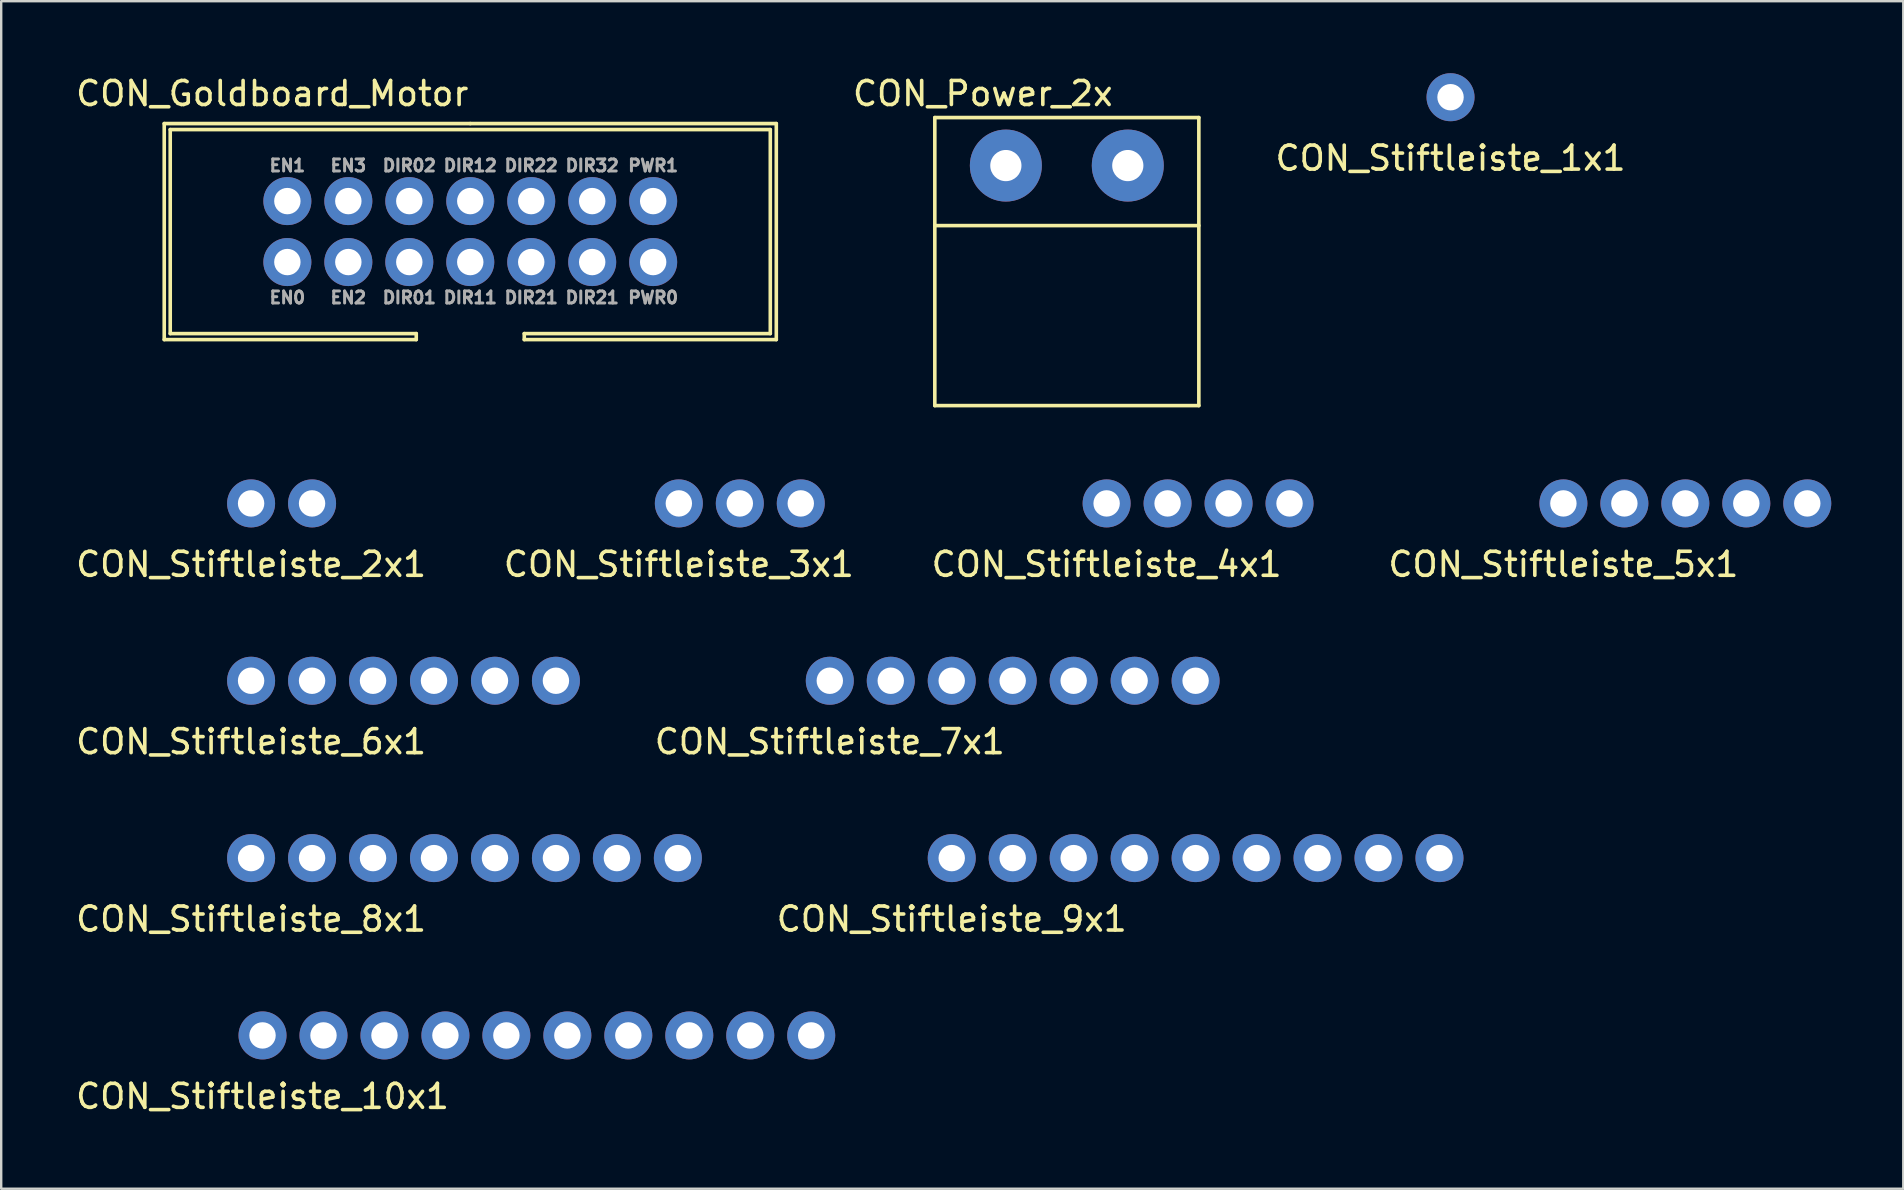
<source format=kicad_pcb>
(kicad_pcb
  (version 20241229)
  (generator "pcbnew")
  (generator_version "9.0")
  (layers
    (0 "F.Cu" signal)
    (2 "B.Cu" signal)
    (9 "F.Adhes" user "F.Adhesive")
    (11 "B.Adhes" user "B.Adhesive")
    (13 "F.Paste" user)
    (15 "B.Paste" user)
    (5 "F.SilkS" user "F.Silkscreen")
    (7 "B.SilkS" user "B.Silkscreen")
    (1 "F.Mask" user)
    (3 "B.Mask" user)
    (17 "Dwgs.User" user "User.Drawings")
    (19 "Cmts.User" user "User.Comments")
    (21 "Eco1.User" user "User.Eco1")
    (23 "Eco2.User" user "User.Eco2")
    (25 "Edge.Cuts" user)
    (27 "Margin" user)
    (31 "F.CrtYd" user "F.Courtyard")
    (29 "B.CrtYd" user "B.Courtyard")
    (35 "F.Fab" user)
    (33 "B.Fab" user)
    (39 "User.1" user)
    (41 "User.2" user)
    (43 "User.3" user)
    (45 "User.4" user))
  (footprint "CON_Stiftleiste_2x1"
    (layer "F.Cu")
    (at 7.411 17.923)
    (property "Reference" "CON_Stiftleiste_2x1" (at 0 2.54 0) (layer "F.SilkS") (effects (font (size 1 1) (thickness 0.15))))
    (attr through_hole)
    (pad "1" thru_hole circle (at 0 0) (size 2 2) (drill 1.1) (layers "*.Cu" "*.Mask"))
    (pad "2" thru_hole circle (at 2.54 0) (size 2 2) (drill 1.1) (layers "*.Cu" "*.Mask")))
  (footprint "CON_Stiftleiste_5x1"
    (layer "F.Cu")
    (at 62.084 17.923)
    (property "Reference" "CON_Stiftleiste_5x1" (at 0 2.54 0) (layer "F.SilkS") (effects (font (size 1 1) (thickness 0.15))))
    (attr through_hole)
    (pad "1" thru_hole circle (at 0 0) (size 2 2) (drill 1.1) (layers "*.Cu" "*.Mask"))
    (pad "2" thru_hole circle (at 2.54 0) (size 2 2) (drill 1.1) (layers "*.Cu" "*.Mask"))
    (pad "3" thru_hole circle (at 5.08 0) (size 2 2) (drill 1.1) (layers "*.Cu" "*.Mask"))
    (pad "4" thru_hole circle (at 7.62 0) (size 2 2) (drill 1.1) (layers "*.Cu" "*.Mask"))
    (pad "5" thru_hole circle (at 10.16 0) (size 2 2) (drill 1.1) (layers "*.Cu" "*.Mask")))
  (footprint "CON_Goldboard_Motor"
    (layer "F.Cu")
    (at 16.542 6.598)
    (property "Reference" "CON_Goldboard_Motor" (at -8.25 -5.75 0) (layer "F.SilkS") (effects (font (size 1 1) (thickness 0.15))))
    (attr through_hole)
    (fp_line (start -12.75 -4.5) (end -12.75 4.5) (stroke (width 0.15) (type solid)) (layer "F.SilkS"))
    (fp_line (start -12.75 4.5) (end -2.25 4.5) (stroke (width 0.15) (type solid)) (layer "F.SilkS"))
    (fp_line (start -12.5 -4.25) (end 12.5 -4.25) (stroke (width 0.15) (type solid)) (layer "F.SilkS"))
    (fp_line (start -12.5 4.25) (end -12.5 -4.25) (stroke (width 0.15) (type solid)) (layer "F.SilkS"))
    (fp_line (start -2.25 4.25) (end -12.5 4.25) (stroke (width 0.15) (type solid)) (layer "F.SilkS"))
    (fp_line (start -2.25 4.5) (end -2.25 4.25) (stroke (width 0.15) (type solid)) (layer "F.SilkS"))
    (fp_line (start 0 -4.5) (end -12.75 -4.5) (stroke (width 0.15) (type solid)) (layer "F.SilkS"))
    (fp_line (start 2.25 4.25) (end 2.25 4.5) (stroke (width 0.15) (type solid)) (layer "F.SilkS"))
    (fp_line (start 2.25 4.5) (end 12.75 4.5) (stroke (width 0.15) (type solid)) (layer "F.SilkS"))
    (fp_line (start 12.5 4.25) (end 2.25 4.25) (stroke (width 0.15) (type solid)) (layer "F.SilkS"))
    (fp_line (start 12.5 4.25) (end 12.5 -4.25) (stroke (width 0.15) (type solid)) (layer "F.SilkS"))
    (fp_line (start 12.75 -4.5) (end 0 -4.5) (stroke (width 0.15) (type solid)) (layer "F.SilkS"))
    (fp_line (start 12.75 -4.5) (end 12.75 4.5) (stroke (width 0.15) (type solid)) (layer "F.SilkS"))
    (fp_text user "DIR22" (at 2.54 -2.75 0) (layer "F.Fab") (effects (font (size 0.5 0.5) (thickness 0.125))))
    (fp_text user "DIR12" (at 0 -2.75 0) (layer "F.Fab") (effects (font (size 0.5 0.5) (thickness 0.125))))
    (fp_text user "DIR21" (at 5.08 2.75 0) (layer "F.Fab") (effects (font (size 0.5 0.5) (thickness 0.125))))
    (fp_text user "DIR21" (at 2.54 2.75 0) (layer "F.Fab") (effects (font (size 0.5 0.5) (thickness 0.125))))
    (fp_text user "EN0" (at -7.62 2.75 0) (layer "F.Fab") (effects (font (size 0.5 0.5) (thickness 0.125))))
    (fp_text user "EN1" (at -7.62 -2.75 0) (layer "F.Fab") (effects (font (size 0.5 0.5) (thickness 0.125))))
    (fp_text user "EN2" (at -5.08 2.75 0) (layer "F.Fab") (effects (font (size 0.5 0.5) (thickness 0.125))))
    (fp_text user "PWR1" (at 7.62 -2.75 0) (layer "F.Fab") (effects (font (size 0.5 0.5) (thickness 0.125))))
    (fp_text user "DIR01" (at -2.54 2.75 0) (layer "F.Fab") (effects (font (size 0.5 0.5) (thickness 0.125))))
    (fp_text user "PWR0" (at 7.62 2.75 0) (layer "F.Fab") (effects (font (size 0.5 0.5) (thickness 0.125))))
    (fp_text user "DIR11" (at 0 2.75 0) (layer "F.Fab") (effects (font (size 0.5 0.5) (thickness 0.125))))
    (fp_text user "DIR02" (at -2.54 -2.75 0) (layer "F.Fab") (effects (font (size 0.5 0.5) (thickness 0.125))))
    (fp_text user "DIR32" (at 5.08 -2.75 0) (layer "F.Fab") (effects (font (size 0.5 0.5) (thickness 0.125))))
    (fp_text user "EN3" (at -5.08 -2.75 0) (layer "F.Fab") (effects (font (size 0.5 0.5) (thickness 0.125))))
    (pad "1" thru_hole circle (at -7.62 1.27) (size 2 2) (drill 1.1) (layers "*.Cu" "*.Mask"))
    (pad "2" thru_hole circle (at -7.62 -1.27) (size 2 2) (drill 1.1) (layers "*.Cu" "*.Mask"))
    (pad "3" thru_hole circle (at -5.08 1.27) (size 2 2) (drill 1.1) (layers "*.Cu" "*.Mask"))
    (pad "4" thru_hole circle (at -5.08 -1.27) (size 2 2) (drill 1.1) (layers "*.Cu" "*.Mask"))
    (pad "5" thru_hole circle (at -2.54 1.27) (size 2 2) (drill 1.1) (layers "*.Cu" "*.Mask"))
    (pad "6" thru_hole circle (at -2.54 -1.27) (size 2 2) (drill 1.1) (layers "*.Cu" "*.Mask"))
    (pad "7" thru_hole circle (at 0 1.27) (size 2 2) (drill 1.1) (layers "*.Cu" "*.Mask"))
    (pad "8" thru_hole circle (at 0 -1.27) (size 2 2) (drill 1.1) (layers "*.Cu" "*.Mask"))
    (pad "9" thru_hole circle (at 2.54 1.27) (size 2 2) (drill 1.1) (layers "*.Cu" "*.Mask"))
    (pad "10" thru_hole circle (at 2.54 -1.27) (size 2 2) (drill 1.1) (layers "*.Cu" "*.Mask"))
    (pad "11" thru_hole circle (at 5.08 1.27) (size 2 2) (drill 1.1) (layers "*.Cu" "*.Mask"))
    (pad "12" thru_hole circle (at 5.08 -1.27) (size 2 2) (drill 1.1) (layers "*.Cu" "*.Mask"))
    (pad "13" thru_hole circle (at 7.62 1.27) (size 2 2) (drill 1.1) (layers "*.Cu" "*.Mask"))
    (pad "14" thru_hole circle (at 7.62 -1.27) (size 2 2) (drill 1.1) (layers "*.Cu" "*.Mask")))
  (footprint "CON_Stiftleiste_8x1"
    (layer "F.Cu")
    (at 7.411 32.7)
    (property "Reference" "CON_Stiftleiste_8x1" (at 0 2.54 0) (layer "F.SilkS") (effects (font (size 1 1) (thickness 0.15))))
    (attr through_hole)
    (pad "1" thru_hole circle (at 0 0) (size 2 2) (drill 1.1) (layers "*.Cu" "*.Mask"))
    (pad "2" thru_hole circle (at 2.54 0) (size 2 2) (drill 1.1) (layers "*.Cu" "*.Mask"))
    (pad "3" thru_hole circle (at 5.08 0) (size 2 2) (drill 1.1) (layers "*.Cu" "*.Mask"))
    (pad "4" thru_hole circle (at 7.62 0) (size 2 2) (drill 1.1) (layers "*.Cu" "*.Mask"))
    (pad "5" thru_hole circle (at 10.16 0) (size 2 2) (drill 1.1) (layers "*.Cu" "*.Mask"))
    (pad "6" thru_hole circle (at 12.7 0) (size 2 2) (drill 1.1) (layers "*.Cu" "*.Mask"))
    (pad "7" thru_hole circle (at 15.24 0) (size 2 2) (drill 1.1) (layers "*.Cu" "*.Mask"))
    (pad "8" thru_hole circle (at 17.78 0) (size 2 2) (drill 1.1) (layers "*.Cu" "*.Mask")))
  (footprint "CON_Stiftleiste_7x1"
    (layer "F.Cu")
    (at 31.521 25.311)
    (property "Reference" "CON_Stiftleiste_7x1" (at 0 2.54 0) (layer "F.SilkS") (effects (font (size 1 1) (thickness 0.15))))
    (attr through_hole)
    (pad "1" thru_hole circle (at 0 0) (size 2 2) (drill 1.1) (layers "*.Cu" "*.Mask"))
    (pad "2" thru_hole circle (at 2.54 0) (size 2 2) (drill 1.1) (layers "*.Cu" "*.Mask"))
    (pad "3" thru_hole circle (at 5.08 0) (size 2 2) (drill 1.1) (layers "*.Cu" "*.Mask"))
    (pad "4" thru_hole circle (at 7.62 0) (size 2 2) (drill 1.1) (layers "*.Cu" "*.Mask"))
    (pad "5" thru_hole circle (at 10.16 0) (size 2 2) (drill 1.1) (layers "*.Cu" "*.Mask"))
    (pad "6" thru_hole circle (at 12.7 0) (size 2 2) (drill 1.1) (layers "*.Cu" "*.Mask"))
    (pad "7" thru_hole circle (at 15.24 0) (size 2 2) (drill 1.1) (layers "*.Cu" "*.Mask")))
  (footprint "CON_Stiftleiste_3x1"
    (layer "F.Cu")
    (at 25.232 17.923)
    (property "Reference" "CON_Stiftleiste_3x1" (at 0 2.54 0) (layer "F.SilkS") (effects (font (size 1 1) (thickness 0.15))))
    (attr through_hole)
    (pad "1" thru_hole circle (at 0 0) (size 2 2) (drill 1.1) (layers "*.Cu" "*.Mask"))
    (pad "2" thru_hole circle (at 2.54 0) (size 2 2) (drill 1.1) (layers "*.Cu" "*.Mask"))
    (pad "3" thru_hole circle (at 5.08 0) (size 2 2) (drill 1.1) (layers "*.Cu" "*.Mask")))
  (footprint "CON_Stiftleiste_1x1"
    (layer "F.Cu")
    (at 57.382 1)
    (property "Reference" "CON_Stiftleiste_1x1" (at 0 2.54 0) (layer "F.SilkS") (effects (font (size 1 1) (thickness 0.15))))
    (attr through_hole)
    (pad "1" thru_hole circle (at 0 0) (size 2 2) (drill 1.1) (layers "*.Cu" "*.Mask")))
  (footprint "CON_Stiftleiste_6x1"
    (layer "F.Cu")
    (at 7.411 25.311)
    (property "Reference" "CON_Stiftleiste_6x1" (at 0 2.54 0) (layer "F.SilkS") (effects (font (size 1 1) (thickness 0.15))))
    (attr through_hole)
    (pad "1" thru_hole circle (at 0 0) (size 2 2) (drill 1.1) (layers "*.Cu" "*.Mask"))
    (pad "2" thru_hole circle (at 2.54 0) (size 2 2) (drill 1.1) (layers "*.Cu" "*.Mask"))
    (pad "3" thru_hole circle (at 5.08 0) (size 2 2) (drill 1.1) (layers "*.Cu" "*.Mask"))
    (pad "4" thru_hole circle (at 7.62 0) (size 2 2) (drill 1.1) (layers "*.Cu" "*.Mask"))
    (pad "5" thru_hole circle (at 10.16 0) (size 2 2) (drill 1.1) (layers "*.Cu" "*.Mask"))
    (pad "6" thru_hole circle (at 12.7 0) (size 2 2) (drill 1.1) (layers "*.Cu" "*.Mask")))
  (footprint "CON_Stiftleiste_9x1"
    (layer "F.Cu")
    (at 36.601 32.7)
    (property "Reference" "CON_Stiftleiste_9x1" (at 0 2.54 0) (layer "F.SilkS") (effects (font (size 1 1) (thickness 0.15))))
    (attr through_hole)
    (pad "1" thru_hole circle (at 0 0) (size 2 2) (drill 1.1) (layers "*.Cu" "*.Mask"))
    (pad "2" thru_hole circle (at 2.54 0) (size 2 2) (drill 1.1) (layers "*.Cu" "*.Mask"))
    (pad "3" thru_hole circle (at 5.08 0) (size 2 2) (drill 1.1) (layers "*.Cu" "*.Mask"))
    (pad "4" thru_hole circle (at 7.62 0) (size 2 2) (drill 1.1) (layers "*.Cu" "*.Mask"))
    (pad "5" thru_hole circle (at 10.16 0) (size 2 2) (drill 1.1) (layers "*.Cu" "*.Mask"))
    (pad "6" thru_hole circle (at 12.7 0) (size 2 2) (drill 1.1) (layers "*.Cu" "*.Mask"))
    (pad "7" thru_hole circle (at 15.24 0) (size 2 2) (drill 1.1) (layers "*.Cu" "*.Mask"))
    (pad "8" thru_hole circle (at 17.78 0) (size 2 2) (drill 1.1) (layers "*.Cu" "*.Mask"))
    (pad "9" thru_hole circle (at 20.32 0) (size 2 2) (drill 1.1) (layers "*.Cu" "*.Mask")))
  (footprint "CON_Stiftleiste_10x1"
    (layer "F.Cu")
    (at 7.887 40.088)
    (property "Reference" "CON_Stiftleiste_10x1" (at 0 2.54 0) (layer "F.SilkS") (effects (font (size 1 1) (thickness 0.15))))
    (attr through_hole)
    (pad "1" thru_hole circle (at 0 0) (size 2 2) (drill 1.1) (layers "*.Cu" "*.Mask"))
    (pad "2" thru_hole circle (at 2.54 0) (size 2 2) (drill 1.1) (layers "*.Cu" "*.Mask"))
    (pad "3" thru_hole circle (at 5.08 0) (size 2 2) (drill 1.1) (layers "*.Cu" "*.Mask"))
    (pad "4" thru_hole circle (at 7.62 0) (size 2 2) (drill 1.1) (layers "*.Cu" "*.Mask"))
    (pad "5" thru_hole circle (at 10.16 0) (size 2 2) (drill 1.1) (layers "*.Cu" "*.Mask"))
    (pad "6" thru_hole circle (at 12.7 0) (size 2 2) (drill 1.1) (layers "*.Cu" "*.Mask"))
    (pad "7" thru_hole circle (at 15.24 0) (size 2 2) (drill 1.1) (layers "*.Cu" "*.Mask"))
    (pad "8" thru_hole circle (at 17.78 0) (size 2 2) (drill 1.1) (layers "*.Cu" "*.Mask"))
    (pad "9" thru_hole circle (at 20.32 0) (size 2 2) (drill 1.1) (layers "*.Cu" "*.Mask"))
    (pad "10" thru_hole circle (at 22.86 0) (size 2 2) (drill 1.1) (layers "*.Cu" "*.Mask")))
  (footprint "CON_Stiftleiste_4x1"
    (layer "F.Cu")
    (at 43.054 17.923)
    (property "Reference" "CON_Stiftleiste_4x1" (at 0 2.54 0) (layer "F.SilkS") (effects (font (size 1 1) (thickness 0.15))))
    (attr through_hole)
    (pad "1" thru_hole circle (at 0 0) (size 2 2) (drill 1.1) (layers "*.Cu" "*.Mask"))
    (pad "2" thru_hole circle (at 2.54 0) (size 2 2) (drill 1.1) (layers "*.Cu" "*.Mask"))
    (pad "3" thru_hole circle (at 5.08 0) (size 2 2) (drill 1.1) (layers "*.Cu" "*.Mask"))
    (pad "4" thru_hole circle (at 7.62 0) (size 2 2) (drill 1.1) (layers "*.Cu" "*.Mask")))
  (footprint "CON_Power_2x"
    (layer "F.Cu")
    (at 41.396 3.848)
    (property "Reference" "CON_Power_2x" (at -3.5 -3 0) (layer "F.SilkS") (effects (font (size 1 1) (thickness 0.15))))
    (attr through_hole)
    (fp_line (start -5.5 -2) (end 5.5 -2) (stroke (width 0.15) (type solid)) (layer "F.SilkS"))
    (fp_line (start -5.5 2.5) (end 5.5 2.5) (stroke (width 0.15) (type solid)) (layer "F.SilkS"))
    (fp_line (start -5.5 10) (end -5.5 -2) (stroke (width 0.15) (type solid)) (layer "F.SilkS"))
    (fp_line (start 5.5 -2) (end 5.5 10) (stroke (width 0.15) (type solid)) (layer "F.SilkS"))
    (fp_line (start 5.5 10) (end -5.5 10) (stroke (width 0.15) (type solid)) (layer "F.SilkS"))
    (pad "1" thru_hole circle (at -2.54 0) (size 3 3) (drill 1.3) (layers "*.Cu" "*.Mask"))
    (pad "2" thru_hole circle (at 2.54 0) (size 3 3) (drill 1.3) (layers "*.Cu" "*.Mask")))
  (gr_rect
    (start -3 -3)
    (end 76.244 46.476)
    (stroke (width 0.1) (type default))
    (fill no)
    (layer "Edge.Cuts")))
</source>
